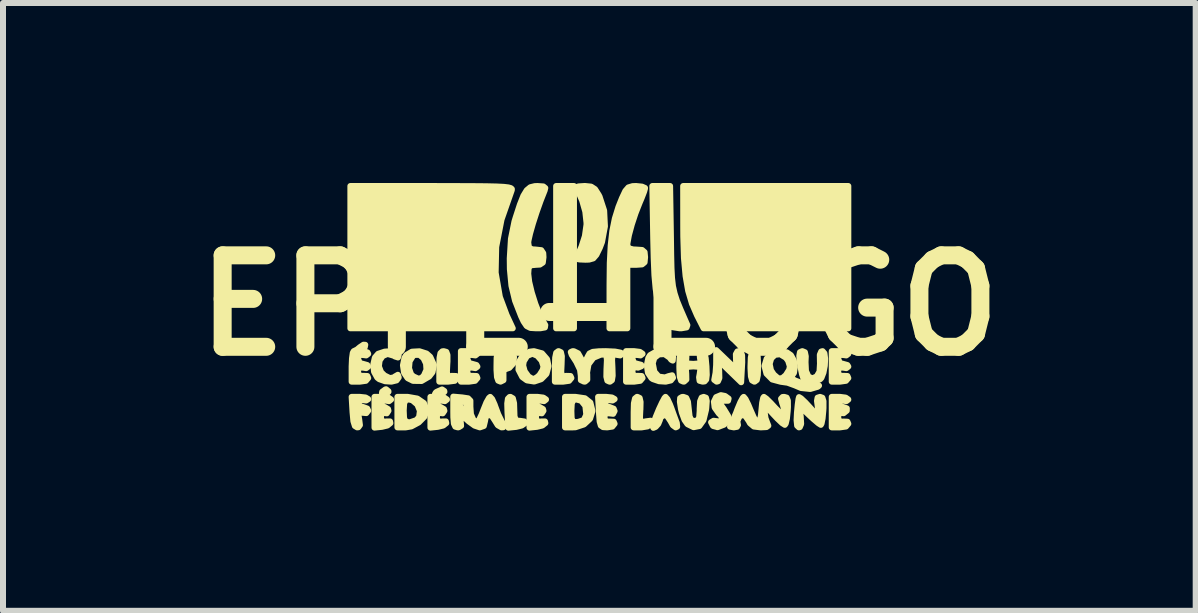
<source format=kicad_pcb>
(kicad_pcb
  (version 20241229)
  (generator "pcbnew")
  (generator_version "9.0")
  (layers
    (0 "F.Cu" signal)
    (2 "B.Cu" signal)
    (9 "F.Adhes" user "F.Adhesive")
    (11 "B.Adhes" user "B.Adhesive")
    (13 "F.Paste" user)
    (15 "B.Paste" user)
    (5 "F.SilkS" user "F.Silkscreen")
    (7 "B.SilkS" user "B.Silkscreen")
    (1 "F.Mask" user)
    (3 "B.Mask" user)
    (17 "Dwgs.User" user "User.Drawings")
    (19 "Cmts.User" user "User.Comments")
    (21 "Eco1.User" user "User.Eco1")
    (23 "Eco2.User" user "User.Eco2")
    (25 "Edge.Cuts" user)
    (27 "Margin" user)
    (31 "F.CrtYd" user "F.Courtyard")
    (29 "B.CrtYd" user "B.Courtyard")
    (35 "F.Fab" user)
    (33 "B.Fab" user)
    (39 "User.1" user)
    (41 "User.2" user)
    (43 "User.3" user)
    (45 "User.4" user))
  (footprint "EPFL-LOGO"
    (layer "F.Cu")
    (at 6.938 2.04)
    (property "Reference" "EPFL-LOGO" (at 0 0 0) (layer "F.SilkS") (effects (font (size 1.524 1.524) (thickness 0.3))))
    (attr through_hole)
    (fp_poly (pts (xy -3.514 1.439) (xy -3.548 1.476) (xy -3.58 1.482) (xy -3.623 1.461) (xy -3.619 1.439) (xy -3.565 1.399) (xy -3.554 1.397) (xy -3.515 1.429) (xy -3.514 1.439)) (stroke (width 0.1) (type solid)) (fill yes) (layer "F.SilkS"))
    (fp_poly (pts (xy -2.582 1.439) (xy -2.618 1.472) (xy -2.678 1.481) (xy -2.739 1.474) (xy -2.724 1.449) (xy -2.709 1.439) (xy -2.622 1.4) (xy -2.584 1.425) (xy -2.582 1.439)) (stroke (width 0.1) (type solid)) (fill yes) (layer "F.SilkS"))
    (fp_poly (pts (xy -0.423 0.381) (xy -0.572 0.381) (xy -0.72 0.381) (xy -0.72 -0.804) (xy -0.72 -1.99) (xy -0.572 -1.99) (xy -0.423 -1.99) (xy -0.423 -0.804) (xy -0.423 0.381)) (stroke (width 0.1) (type solid)) (fill yes) (layer "F.SilkS"))
    (fp_poly (pts (xy 4.149 0.381) (xy 2.943 0.381) (xy 1.737 0.381) (xy 1.627 0.164) (xy 1.543 -0.03) (xy 1.48 -0.244) (xy 1.437 -0.491) (xy 1.41 -0.788) (xy 1.399 -1.148) (xy 1.398 -1.302) (xy 1.397 -1.99) (xy 2.773 -1.99) (xy 4.149 -1.99) (xy 4.149 -0.804) (xy 4.149 0.381)) (stroke (width 0.1) (type solid)) (fill yes) (layer "F.SilkS"))
    (fp_poly (pts (xy 2.646 1.016) (xy 2.641 1.163) (xy 2.624 1.243) (xy 2.59 1.269) (xy 2.582 1.27) (xy 2.545 1.25) (xy 2.526 1.181) (xy 2.519 1.047) (xy 2.519 1.016) (xy 2.524 0.869) (xy 2.541 0.789) (xy 2.575 0.762) (xy 2.582 0.762) (xy 2.619 0.782) (xy 2.639 0.851) (xy 2.646 0.985) (xy 2.646 1.016)) (stroke (width 0.1) (type solid)) (fill yes) (layer "F.SilkS"))
    (fp_poly (pts (xy -1.243 1.966) (xy -1.293 2.001) (xy -1.386 2.024) (xy -1.516 2.037) (xy -1.531 1.78) (xy -1.535 1.634) (xy -1.524 1.555) (xy -1.496 1.526) (xy -1.482 1.524) (xy -1.441 1.548) (xy -1.421 1.629) (xy -1.418 1.725) (xy -1.414 1.847) (xy -1.395 1.905) (xy -1.35 1.923) (xy -1.322 1.923) (xy -1.249 1.934) (xy -1.243 1.966)) (stroke (width 0.1) (type solid)) (fill yes) (layer "F.SilkS"))
    (fp_poly (pts (xy -2.371 1.21) (xy -2.409 1.256) (xy -2.519 1.27) (xy -2.667 1.27) (xy -2.667 1.016) (xy -2.663 0.872) (xy -2.648 0.795) (xy -2.617 0.765) (xy -2.593 0.762) (xy -2.55 0.774) (xy -2.531 0.825) (xy -2.531 0.933) (xy -2.534 0.98) (xy -2.54 1.106) (xy -2.531 1.168) (xy -2.499 1.182) (xy -2.46 1.174) (xy -2.386 1.176) (xy -2.371 1.21)) (stroke (width 0.1) (type solid)) (fill yes) (layer "F.SilkS"))
    (fp_poly (pts (xy -0.466 1.21) (xy -0.504 1.256) (xy -0.603 1.27) (xy -0.741 1.27) (xy -0.741 1.016) (xy -0.736 0.869) (xy -0.719 0.789) (xy -0.685 0.763) (xy -0.677 0.762) (xy -0.64 0.78) (xy -0.625 0.846) (xy -0.629 0.977) (xy -0.629 0.98) (xy -0.635 1.106) (xy -0.626 1.168) (xy -0.594 1.182) (xy -0.555 1.174) (xy -0.481 1.176) (xy -0.466 1.21)) (stroke (width 0.1) (type solid)) (fill yes) (layer "F.SilkS"))
    (fp_poly (pts (xy 0.868 1.95) (xy 0.862 1.968) (xy 0.803 2.016) (xy 0.705 2.032) (xy 0.572 2.032) (xy 0.572 1.778) (xy 0.576 1.631) (xy 0.594 1.551) (xy 0.627 1.524) (xy 0.635 1.524) (xy 0.672 1.542) (xy 0.687 1.608) (xy 0.684 1.739) (xy 0.683 1.741) (xy 0.677 1.868) (xy 0.685 1.929) (xy 0.719 1.943) (xy 0.778 1.931) (xy 0.854 1.921) (xy 0.868 1.95)) (stroke (width 0.1) (type solid)) (fill yes) (layer "F.SilkS"))
    (fp_poly (pts (xy -1.443 0.381) (xy -2.796 0.381) (xy -4.149 0.381) (xy -4.149 -0.804) (xy -4.149 -1.99) (xy -2.789 -1.99) (xy -2.414 -1.989) (xy -2.116 -1.988) (xy -1.885 -1.986) (xy -1.714 -1.982) (xy -1.594 -1.976) (xy -1.517 -1.967) (xy -1.474 -1.955) (xy -1.458 -1.94) (xy -1.459 -1.92) (xy -1.461 -1.916) (xy -1.63 -1.432) (xy -1.719 -0.976) (xy -1.728 -0.546) (xy -1.658 -0.142) (xy -1.546 0.159) (xy -1.443 0.381)) (stroke (width 0.1) (type solid)) (fill yes) (layer "F.SilkS"))
    (fp_poly (pts (xy 2.381 0.948) (xy 2.377 1.021) (xy 2.363 1.28) (xy 2.172 1.095) (xy 1.981 0.91) (xy 1.997 1.09) (xy 2 1.211) (xy 1.977 1.264) (xy 1.955 1.27) (xy 1.915 1.241) (xy 1.922 1.203) (xy 1.937 1.121) (xy 1.946 0.995) (xy 1.947 0.94) (xy 1.947 0.745) (xy 2.121 0.912) (xy 2.295 1.079) (xy 2.278 0.921) (xy 2.275 0.813) (xy 2.3 0.767) (xy 2.326 0.762) (xy 2.362 0.777) (xy 2.379 0.833) (xy 2.381 0.948)) (stroke (width 0.1) (type solid)) (fill yes) (layer "F.SilkS"))
    (fp_poly (pts (xy -3.852 1.753) (xy -3.883 1.794) (xy -3.942 1.789) (xy -4.001 1.782) (xy -4.016 1.818) (xy -4.002 1.899) (xy -3.99 1.994) (xy -4.016 2.03) (xy -4.036 2.032) (xy -4.074 2.009) (xy -4.099 1.929) (xy -4.113 1.778) (xy -4.113 1.778) (xy -4.128 1.524) (xy -3.99 1.524) (xy -3.896 1.534) (xy -3.853 1.559) (xy -3.852 1.562) (xy -3.886 1.584) (xy -3.937 1.579) (xy -4.006 1.581) (xy -4.022 1.625) (xy -3.986 1.682) (xy -3.937 1.693) (xy -3.868 1.718) (xy -3.852 1.753)) (stroke (width 0.1) (type solid)) (fill yes) (layer "F.SilkS"))
    (fp_poly (pts (xy -3.471 1.569) (xy -3.504 1.595) (xy -3.556 1.587) (xy -3.625 1.585) (xy -3.641 1.627) (xy -3.608 1.685) (xy -3.577 1.693) (xy -3.521 1.727) (xy -3.514 1.756) (xy -3.542 1.798) (xy -3.577 1.793) (xy -3.628 1.799) (xy -3.641 1.863) (xy -3.625 1.932) (xy -3.562 1.937) (xy -3.554 1.934) (xy -3.488 1.933) (xy -3.483 1.961) (xy -3.532 2.001) (xy -3.623 2.023) (xy -3.747 2.036) (xy -3.747 1.78) (xy -3.747 1.524) (xy -3.609 1.524) (xy -3.515 1.536) (xy -3.472 1.566) (xy -3.471 1.569)) (stroke (width 0.1) (type solid)) (fill yes) (layer "F.SilkS"))
    (fp_poly (pts (xy -2.54 1.569) (xy -2.573 1.595) (xy -2.625 1.587) (xy -2.693 1.585) (xy -2.709 1.627) (xy -2.677 1.685) (xy -2.646 1.693) (xy -2.59 1.727) (xy -2.582 1.756) (xy -2.61 1.798) (xy -2.646 1.793) (xy -2.696 1.799) (xy -2.709 1.863) (xy -2.693 1.932) (xy -2.631 1.937) (xy -2.622 1.934) (xy -2.557 1.933) (xy -2.551 1.961) (xy -2.601 2.001) (xy -2.691 2.023) (xy -2.815 2.036) (xy -2.815 1.78) (xy -2.815 1.524) (xy -2.678 1.524) (xy -2.584 1.536) (xy -2.54 1.566) (xy -2.54 1.569)) (stroke (width 0.1) (type solid)) (fill yes) (layer "F.SilkS"))
    (fp_poly (pts (xy -0.889 1.569) (xy -0.922 1.595) (xy -0.974 1.587) (xy -1.042 1.585) (xy -1.058 1.627) (xy -1.026 1.685) (xy -0.995 1.693) (xy -0.939 1.727) (xy -0.931 1.756) (xy -0.959 1.798) (xy -0.995 1.793) (xy -1.045 1.799) (xy -1.058 1.863) (xy -1.042 1.932) (xy -0.98 1.937) (xy -0.971 1.934) (xy -0.906 1.933) (xy -0.9 1.961) (xy -0.95 2.001) (xy -1.04 2.023) (xy -1.164 2.036) (xy -1.164 1.78) (xy -1.164 1.524) (xy -1.027 1.524) (xy -0.933 1.536) (xy -0.889 1.566) (xy -0.889 1.569)) (stroke (width 0.1) (type solid)) (fill yes) (layer "F.SilkS"))
    (fp_poly (pts (xy 1.467 0.328) (xy 1.454 0.366) (xy 1.366 0.381) (xy 1.339 0.381) (xy 1.211 0.361) (xy 1.131 0.292) (xy 1.127 0.286) (xy 1.058 0.167) (xy 1.006 0.042) (xy 0.966 -0.102) (xy 0.938 -0.279) (xy 0.918 -0.501) (xy 0.906 -0.783) (xy 0.898 -1.111) (xy 0.883 -1.99) (xy 1.031 -1.99) (xy 1.179 -1.99) (xy 1.193 -1.132) (xy 1.197 -0.845) (xy 1.202 -0.625) (xy 1.211 -0.456) (xy 1.227 -0.32) (xy 1.254 -0.2) (xy 1.293 -0.079) (xy 1.35 0.06) (xy 1.426 0.235) (xy 1.467 0.328)) (stroke (width 0.1) (type solid)) (fill yes) (layer "F.SilkS"))
    (fp_poly (pts (xy 4.149 1.972) (xy 4.11 2.018) (xy 4.011 2.032) (xy 3.873 2.032) (xy 3.873 1.778) (xy 3.873 1.524) (xy 4.011 1.524) (xy 4.105 1.536) (xy 4.148 1.566) (xy 4.149 1.569) (xy 4.116 1.595) (xy 4.064 1.587) (xy 3.995 1.585) (xy 3.979 1.627) (xy 4.015 1.682) (xy 4.063 1.693) (xy 4.124 1.715) (xy 4.123 1.754) (xy 4.071 1.796) (xy 4.039 1.792) (xy 3.991 1.802) (xy 3.979 1.863) (xy 3.996 1.932) (xy 4.058 1.937) (xy 4.064 1.935) (xy 4.135 1.938) (xy 4.149 1.972)) (stroke (width 0.1) (type solid)) (fill yes) (layer "F.SilkS"))
    (fp_poly (pts (xy 0.72 1.21) (xy 0.681 1.256) (xy 0.582 1.27) (xy 0.445 1.27) (xy 0.445 1.016) (xy 0.445 0.762) (xy 0.582 0.762) (xy 0.676 0.774) (xy 0.719 0.804) (xy 0.72 0.807) (xy 0.687 0.833) (xy 0.635 0.826) (xy 0.569 0.822) (xy 0.55 0.883) (xy 0.55 0.886) (xy 0.578 0.958) (xy 0.637 0.974) (xy 0.697 0.989) (xy 0.7 1.014) (xy 0.645 1.037) (xy 0.612 1.031) (xy 0.563 1.038) (xy 0.55 1.101) (xy 0.567 1.17) (xy 0.629 1.175) (xy 0.635 1.173) (xy 0.706 1.176) (xy 0.72 1.21)) (stroke (width 0.1) (type solid)) (fill yes) (layer "F.SilkS"))
    (fp_poly (pts (xy 2.154 1.552) (xy 2.145 1.588) (xy 2.077 1.588) (xy 2.074 1.587) (xy 2.007 1.577) (xy 1.99 1.589) (xy 2.013 1.638) (xy 2.071 1.72) (xy 2.074 1.724) (xy 2.146 1.842) (xy 2.145 1.928) (xy 2.077 1.988) (xy 1.968 2.029) (xy 1.898 2.01) (xy 1.891 2.004) (xy 1.862 1.947) (xy 1.903 1.922) (xy 1.968 1.93) (xy 2.053 1.935) (xy 2.068 1.897) (xy 2.014 1.822) (xy 1.99 1.799) (xy 1.921 1.701) (xy 1.909 1.604) (xy 1.946 1.528) (xy 2.025 1.495) (xy 2.095 1.509) (xy 2.154 1.552)) (stroke (width 0.1) (type solid)) (fill yes) (layer "F.SilkS"))
    (fp_poly (pts (xy -3.344 1.201) (xy -3.379 1.249) (xy -3.465 1.27) (xy -3.571 1.263) (xy -3.668 1.229) (xy -3.701 1.203) (xy -3.755 1.105) (xy -3.767 0.982) (xy -3.741 0.869) (xy -3.686 0.806) (xy -3.578 0.77) (xy -3.466 0.762) (xy -3.379 0.782) (xy -3.344 0.826) (xy -3.356 0.867) (xy -3.406 0.851) (xy -3.429 0.837) (xy -3.53 0.808) (xy -3.611 0.843) (xy -3.662 0.919) (xy -3.674 1.016) (xy -3.637 1.112) (xy -3.58 1.167) (xy -3.491 1.211) (xy -3.428 1.2) (xy -3.408 1.185) (xy -3.358 1.156) (xy -3.344 1.195) (xy -3.344 1.201)) (stroke (width 0.1) (type solid)) (fill yes) (layer "F.SilkS"))
    (fp_poly (pts (xy -2.032 1.21) (xy -2.071 1.256) (xy -2.17 1.27) (xy -2.307 1.27) (xy -2.307 1.016) (xy -2.307 0.762) (xy -2.17 0.762) (xy -2.076 0.774) (xy -2.032 0.804) (xy -2.032 0.807) (xy -2.065 0.833) (xy -2.117 0.826) (xy -2.183 0.822) (xy -2.201 0.883) (xy -2.201 0.886) (xy -2.173 0.959) (xy -2.117 0.974) (xy -2.048 0.993) (xy -2.032 1.019) (xy -2.065 1.045) (xy -2.117 1.037) (xy -2.182 1.033) (xy -2.201 1.093) (xy -2.201 1.103) (xy -2.184 1.17) (xy -2.121 1.174) (xy -2.117 1.173) (xy -2.046 1.176) (xy -2.032 1.21)) (stroke (width 0.1) (type solid)) (fill yes) (layer "F.SilkS"))
    (fp_poly (pts (xy 1.228 1.205) (xy 1.192 1.25) (xy 1.105 1.27) (xy 0.996 1.263) (xy 0.893 1.228) (xy 0.869 1.212) (xy 0.81 1.124) (xy 0.791 0.998) (xy 0.816 0.875) (xy 0.845 0.828) (xy 0.928 0.781) (xy 1.058 0.762) (xy 1.064 0.762) (xy 1.171 0.769) (xy 1.218 0.799) (xy 1.228 0.855) (xy 1.223 0.919) (xy 1.198 0.906) (xy 1.171 0.87) (xy 1.086 0.811) (xy 0.991 0.816) (xy 0.916 0.875) (xy 0.89 0.964) (xy 0.917 1.104) (xy 0.989 1.186) (xy 1.094 1.2) (xy 1.154 1.178) (xy 1.213 1.164) (xy 1.228 1.205)) (stroke (width 0.1) (type solid)) (fill yes) (layer "F.SilkS"))
    (fp_poly (pts (xy 4.149 1.21) (xy 4.11 1.256) (xy 4.011 1.27) (xy 3.873 1.27) (xy 3.873 1.016) (xy 3.873 0.762) (xy 4.011 0.762) (xy 4.105 0.774) (xy 4.148 0.804) (xy 4.149 0.807) (xy 4.116 0.833) (xy 4.064 0.826) (xy 3.998 0.822) (xy 3.979 0.883) (xy 3.979 0.886) (xy 4.008 0.959) (xy 4.064 0.974) (xy 4.133 0.993) (xy 4.149 1.019) (xy 4.116 1.045) (xy 4.064 1.037) (xy 3.998 1.033) (xy 3.979 1.093) (xy 3.979 1.103) (xy 3.996 1.17) (xy 4.06 1.174) (xy 4.064 1.173) (xy 4.135 1.176) (xy 4.149 1.21)) (stroke (width 0.1) (type solid)) (fill yes) (layer "F.SilkS"))
    (fp_poly (pts (xy -2.879 1.752) (xy -2.916 1.855) (xy -2.99 1.93) (xy -2.99 1.756) (xy -3.033 1.652) (xy -3.116 1.581) (xy -3.176 1.566) (xy -3.228 1.579) (xy -3.253 1.632) (xy -3.26 1.746) (xy -3.26 1.757) (xy -3.255 1.874) (xy -3.234 1.93) (xy -3.182 1.947) (xy -3.155 1.947) (xy -3.049 1.911) (xy -3.004 1.86) (xy -2.99 1.756) (xy -2.99 1.93) (xy -3.01 1.95) (xy -3.133 2.016) (xy -3.226 2.032) (xy -3.365 2.032) (xy -3.365 1.778) (xy -3.365 1.524) (xy -3.192 1.524) (xy -3.033 1.552) (xy -2.924 1.627) (xy -2.879 1.739) (xy -2.879 1.752)) (stroke (width 0.1) (type solid)) (fill yes) (layer "F.SilkS"))
    (fp_poly (pts (xy -0.116 1.765) (xy -0.155 1.889) (xy -0.219 1.949) (xy -0.219 1.807) (xy -0.233 1.675) (xy -0.302 1.589) (xy -0.386 1.566) (xy -0.436 1.58) (xy -0.46 1.637) (xy -0.466 1.756) (xy -0.466 1.76) (xy -0.462 1.877) (xy -0.443 1.932) (xy -0.395 1.944) (xy -0.349 1.94) (xy -0.259 1.91) (xy -0.223 1.832) (xy -0.219 1.807) (xy -0.219 1.949) (xy -0.256 1.983) (xy -0.398 2.03) (xy -0.439 2.032) (xy -0.572 2.032) (xy -0.572 1.778) (xy -0.572 1.524) (xy -0.397 1.524) (xy -0.24 1.547) (xy -0.149 1.62) (xy -0.117 1.749) (xy -0.116 1.765)) (stroke (width 0.1) (type solid)) (fill yes) (layer "F.SilkS"))
    (fp_poly (pts (xy 1.79 1.592) (xy 1.782 1.705) (xy 1.778 1.739) (xy 1.736 1.912) (xy 1.666 2.01) (xy 1.571 2.029) (xy 1.469 1.979) (xy 1.419 1.908) (xy 1.375 1.787) (xy 1.36 1.725) (xy 1.342 1.604) (xy 1.346 1.544) (xy 1.379 1.525) (xy 1.4 1.524) (xy 1.449 1.541) (xy 1.477 1.605) (xy 1.49 1.725) (xy 1.504 1.849) (xy 1.53 1.909) (xy 1.58 1.926) (xy 1.587 1.926) (xy 1.639 1.914) (xy 1.664 1.865) (xy 1.672 1.757) (xy 1.672 1.725) (xy 1.679 1.597) (xy 1.704 1.536) (xy 1.739 1.524) (xy 1.777 1.538) (xy 1.79 1.592)) (stroke (width 0.1) (type solid)) (fill yes) (layer "F.SilkS"))
    (fp_poly (pts (xy 3.735 1.709) (xy 3.732 1.757) (xy 3.72 1.884) (xy 3.703 1.969) (xy 3.691 1.99) (xy 3.649 1.963) (xy 3.567 1.893) (xy 3.5 1.831) (xy 3.334 1.672) (xy 3.356 1.852) (xy 3.363 1.976) (xy 3.341 2.028) (xy 3.326 2.032) (xy 3.296 2.004) (xy 3.287 1.913) (xy 3.293 1.789) (xy 3.306 1.654) (xy 3.319 1.559) (xy 3.328 1.528) (xy 3.361 1.548) (xy 3.433 1.616) (xy 3.509 1.698) (xy 3.675 1.884) (xy 3.642 1.704) (xy 3.627 1.59) (xy 3.637 1.537) (xy 3.678 1.524) (xy 3.717 1.538) (xy 3.735 1.594) (xy 3.735 1.709)) (stroke (width 0.1) (type solid)) (fill yes) (layer "F.SilkS"))
    (fp_poly (pts (xy -2.757 0.991) (xy -2.78 1.112) (xy -2.836 1.185) (xy -2.881 1.211) (xy -2.881 1.072) (xy -2.888 0.969) (xy -2.931 0.879) (xy -2.997 0.824) (xy -3.076 0.824) (xy -3.108 0.844) (xy -3.162 0.932) (xy -3.172 1.046) (xy -3.138 1.146) (xy -3.101 1.182) (xy -3.016 1.221) (xy -2.961 1.207) (xy -2.923 1.167) (xy -2.881 1.072) (xy -2.881 1.211) (xy -2.963 1.259) (xy -3.105 1.257) (xy -3.195 1.212) (xy -3.254 1.124) (xy -3.273 0.998) (xy -3.248 0.875) (xy -3.219 0.828) (xy -3.124 0.771) (xy -2.998 0.764) (xy -2.879 0.802) (xy -2.818 0.856) (xy -2.757 0.991)) (stroke (width 0.1) (type solid)) (fill yes) (layer "F.SilkS"))
    (fp_poly (pts (xy -1.422 0.859) (xy -1.431 0.958) (xy -1.438 0.971) (xy -1.5 1.04) (xy -1.5 0.97) (xy -1.504 0.907) (xy -1.54 0.855) (xy -1.589 0.814) (xy -1.607 0.839) (xy -1.609 0.901) (xy -1.591 0.991) (xy -1.549 1.015) (xy -1.5 0.97) (xy -1.5 1.04) (xy -1.501 1.04) (xy -1.552 1.058) (xy -1.599 1.083) (xy -1.598 1.164) (xy -1.598 1.246) (xy -1.646 1.27) (xy -1.685 1.254) (xy -1.706 1.194) (xy -1.714 1.074) (xy -1.714 1.016) (xy -1.712 0.875) (xy -1.7 0.799) (xy -1.67 0.768) (xy -1.611 0.762) (xy -1.603 0.762) (xy -1.483 0.789) (xy -1.422 0.859)) (stroke (width 0.1) (type solid)) (fill yes) (layer "F.SilkS"))
    (fp_poly (pts (xy -0.847 1.012) (xy -0.881 1.14) (xy -0.931 1.191) (xy -0.931 1.016) (xy -0.962 0.921) (xy -1.034 0.839) (xy -1.116 0.804) (xy -1.204 0.842) (xy -1.26 0.934) (xy -1.27 1) (xy -1.244 1.097) (xy -1.181 1.184) (xy -1.109 1.227) (xy -1.101 1.228) (xy -1.045 1.201) (xy -0.998 1.161) (xy -0.943 1.073) (xy -0.931 1.016) (xy -0.931 1.191) (xy -0.969 1.229) (xy -1.086 1.268) (xy -1.207 1.249) (xy -1.285 1.193) (xy -1.348 1.07) (xy -1.342 0.944) (xy -1.277 0.836) (xy -1.163 0.771) (xy -1.09 0.762) (xy -0.956 0.798) (xy -0.87 0.897) (xy -0.847 1.012)) (stroke (width 0.1) (type solid)) (fill yes) (layer "F.SilkS"))
    (fp_poly (pts (xy 0.093 -1.318) (xy 0.045 -1.058) (xy 0.009 -0.963) (xy -0.049 -0.844) (xy -0.101 -0.784) (xy -0.171 -0.764) (xy -0.23 -0.762) (xy -0.329 -0.766) (xy -0.379 -0.776) (xy -0.381 -0.779) (xy -0.365 -0.823) (xy -0.324 -0.919) (xy -0.297 -0.98) (xy -0.241 -1.155) (xy -0.214 -1.346) (xy -0.214 -1.376) (xy -0.234 -1.563) (xy -0.286 -1.746) (xy -0.297 -1.772) (xy -0.346 -1.883) (xy -0.376 -1.958) (xy -0.381 -1.973) (xy -0.344 -1.984) (xy -0.252 -1.99) (xy -0.234 -1.99) (xy -0.137 -1.98) (xy -0.072 -1.938) (xy -0.011 -1.842) (xy 0.004 -1.813) (xy 0.08 -1.58) (xy 0.093 -1.318)) (stroke (width 0.1) (type solid)) (fill yes) (layer "F.SilkS"))
    (fp_poly (pts (xy 0.254 1.972) (xy 0.216 2.019) (xy 0.131 2.032) (xy 0.062 2.028) (xy 0.024 2.002) (xy 0.005 1.935) (xy -0.005 1.806) (xy -0.007 1.778) (xy -0.021 1.524) (xy 0.116 1.524) (xy 0.21 1.534) (xy 0.254 1.559) (xy 0.254 1.562) (xy 0.22 1.584) (xy 0.169 1.579) (xy 0.1 1.581) (xy 0.085 1.625) (xy 0.12 1.682) (xy 0.169 1.693) (xy 0.239 1.721) (xy 0.254 1.76) (xy 0.23 1.806) (xy 0.169 1.799) (xy 0.104 1.795) (xy 0.085 1.855) (xy 0.085 1.865) (xy 0.102 1.932) (xy 0.165 1.936) (xy 0.169 1.935) (xy 0.24 1.938) (xy 0.254 1.972)) (stroke (width 0.1) (type solid)) (fill yes) (layer "F.SilkS"))
    (fp_poly (pts (xy 3.763 0.888) (xy 3.757 1.005) (xy 3.735 1.12) (xy 3.701 1.207) (xy 3.678 1.232) (xy 3.577 1.266) (xy 3.471 1.26) (xy 3.402 1.217) (xy 3.401 1.217) (xy 3.377 1.146) (xy 3.352 1.026) (xy 3.343 0.963) (xy 3.332 0.84) (xy 3.343 0.779) (xy 3.38 0.762) (xy 3.384 0.762) (xy 3.426 0.78) (xy 3.44 0.848) (xy 3.436 0.944) (xy 3.443 1.091) (xy 3.484 1.185) (xy 3.551 1.216) (xy 3.623 1.182) (xy 3.669 1.103) (xy 3.677 0.966) (xy 3.676 0.944) (xy 3.674 0.822) (xy 3.697 0.768) (xy 3.72 0.762) (xy 3.751 0.798) (xy 3.763 0.888)) (stroke (width 0.1) (type solid)) (fill yes) (layer "F.SilkS"))
    (fp_poly (pts (xy 1.297 2.02) (xy 1.273 2.032) (xy 1.225 1.997) (xy 1.185 1.926) (xy 1.13 1.843) (xy 1.092 1.832) (xy 1.092 1.714) (xy 1.087 1.707) (xy 1.061 1.713) (xy 1.058 1.736) (xy 1.074 1.771) (xy 1.087 1.764) (xy 1.092 1.714) (xy 1.092 1.832) (xy 1.066 1.825) (xy 1.018 1.875) (xy 1.008 1.912) (xy 0.982 1.975) (xy 0.938 2.024) (xy 0.9 2.04) (xy 0.889 2.018) (xy 0.904 1.955) (xy 0.943 1.85) (xy 0.993 1.729) (xy 1.045 1.618) (xy 1.086 1.542) (xy 1.103 1.524) (xy 1.135 1.56) (xy 1.178 1.652) (xy 1.198 1.704) (xy 1.244 1.832) (xy 1.282 1.935) (xy 1.291 1.958) (xy 1.297 2.02)) (stroke (width 0.1) (type solid)) (fill yes) (layer "F.SilkS"))
    (fp_poly (pts (xy 0.762 -0.804) (xy 0.754 -0.719) (xy 0.712 -0.684) (xy 0.614 -0.677) (xy 0.466 -0.677) (xy 0.466 -0.148) (xy 0.466 0.381) (xy 0.318 0.381) (xy 0.169 0.381) (xy 0.17 -0.349) (xy 0.174 -0.707) (xy 0.189 -0.998) (xy 0.216 -1.239) (xy 0.258 -1.447) (xy 0.318 -1.641) (xy 0.377 -1.789) (xy 0.433 -1.908) (xy 0.484 -1.967) (xy 0.554 -1.988) (xy 0.612 -1.99) (xy 0.711 -1.98) (xy 0.761 -1.958) (xy 0.762 -1.953) (xy 0.746 -1.896) (xy 0.705 -1.79) (xy 0.671 -1.71) (xy 0.603 -1.537) (xy 0.541 -1.349) (xy 0.493 -1.172) (xy 0.468 -1.036) (xy 0.466 -1.005) (xy 0.488 -0.953) (xy 0.565 -0.933) (xy 0.614 -0.931) (xy 0.713 -0.924) (xy 0.754 -0.888) (xy 0.762 -0.804)) (stroke (width 0.1) (type solid)) (fill yes) (layer "F.SilkS"))
    (fp_poly (pts (xy -3.852 1.21) (xy -3.891 1.256) (xy -3.99 1.27) (xy -4.128 1.27) (xy -4.128 1.016) (xy -4.122 0.882) (xy -4.109 0.79) (xy -4.093 0.762) (xy -4.038 0.735) (xy -3.992 0.696) (xy -3.931 0.655) (xy -3.901 0.656) (xy -3.909 0.696) (xy -3.938 0.721) (xy -3.975 0.753) (xy -3.933 0.761) (xy -3.926 0.761) (xy -3.864 0.783) (xy -3.852 0.807) (xy -3.885 0.833) (xy -3.937 0.826) (xy -4.003 0.822) (xy -4.022 0.883) (xy -4.022 0.886) (xy -3.993 0.959) (xy -3.937 0.974) (xy -3.868 0.993) (xy -3.852 1.019) (xy -3.885 1.045) (xy -3.937 1.037) (xy -4.003 1.033) (xy -4.022 1.093) (xy -4.022 1.103) (xy -4.005 1.17) (xy -3.941 1.174) (xy -3.937 1.173) (xy -3.866 1.176) (xy -3.852 1.21)) (stroke (width 0.1) (type solid)) (fill yes) (layer "F.SilkS"))
    (fp_poly (pts (xy 1.79 1.158) (xy 1.781 1.235) (xy 1.754 1.266) (xy 1.722 1.27) (xy 1.67 1.256) (xy 1.662 1.197) (xy 1.672 1.143) (xy 1.684 1.056) (xy 1.654 1.022) (xy 1.565 1.016) (xy 1.473 1.023) (xy 1.442 1.061) (xy 1.448 1.143) (xy 1.45 1.236) (xy 1.413 1.269) (xy 1.4 1.27) (xy 1.362 1.253) (xy 1.341 1.191) (xy 1.334 1.066) (xy 1.333 1.016) (xy 1.338 0.871) (xy 1.354 0.792) (xy 1.386 0.764) (xy 1.402 0.762) (xy 1.45 0.786) (xy 1.45 0.868) (xy 1.445 0.941) (xy 1.485 0.969) (xy 1.566 0.974) (xy 1.658 0.967) (xy 1.686 0.933) (xy 1.676 0.868) (xy 1.67 0.785) (xy 1.71 0.762) (xy 1.748 0.789) (xy 1.772 0.877) (xy 1.785 1.016) (xy 1.79 1.158)) (stroke (width 0.1) (type solid)) (fill yes) (layer "F.SilkS"))
    (fp_poly (pts (xy 3.661 1.336) (xy 3.641 1.355) (xy 3.514 1.392) (xy 3.361 1.376) (xy 3.26 1.333) (xy 3.175 1.302) (xy 3.175 1.016) (xy 3.146 0.923) (xy 3.108 0.871) (xy 3.013 0.813) (xy 2.927 0.823) (xy 2.865 0.882) (xy 2.838 0.974) (xy 2.86 1.08) (xy 2.906 1.15) (xy 2.983 1.217) (xy 3.048 1.212) (xy 3.108 1.161) (xy 3.163 1.073) (xy 3.175 1.016) (xy 3.175 1.302) (xy 3.137 1.288) (xy 3.023 1.272) (xy 2.881 1.234) (xy 2.785 1.137) (xy 2.752 1.009) (xy 2.788 0.887) (xy 2.879 0.802) (xy 2.999 0.763) (xy 3.123 0.781) (xy 3.193 0.829) (xy 3.241 0.916) (xy 3.258 1.027) (xy 3.243 1.126) (xy 3.212 1.168) (xy 3.199 1.204) (xy 3.251 1.246) (xy 3.346 1.283) (xy 3.466 1.307) (xy 3.535 1.311) (xy 3.636 1.318) (xy 3.661 1.336)) (stroke (width 0.1) (type solid)) (fill yes) (layer "F.SilkS"))
    (fp_poly (pts (xy -0.901 0.327) (xy -0.907 0.367) (xy -0.98 0.38) (xy -1.051 0.381) (xy -1.149 0.375) (xy -1.211 0.344) (xy -1.263 0.267) (xy -1.304 0.18) (xy -1.405 -0.079) (xy -1.465 -0.329) (xy -1.491 -0.605) (xy -1.493 -0.783) (xy -1.473 -1.111) (xy -1.415 -1.398) (xy -1.396 -1.46) (xy -1.325 -1.679) (xy -1.266 -1.828) (xy -1.21 -1.92) (xy -1.15 -1.97) (xy -1.076 -1.988) (xy -1.032 -1.99) (xy -0.933 -1.983) (xy -0.901 -1.957) (xy -0.911 -1.916) (xy -0.978 -1.746) (xy -1.046 -1.555) (xy -1.107 -1.366) (xy -1.154 -1.201) (xy -1.181 -1.082) (xy -1.185 -1.048) (xy -1.173 -0.965) (xy -1.121 -0.935) (xy -1.058 -0.931) (xy -0.968 -0.921) (xy -0.935 -0.871) (xy -0.931 -0.804) (xy -0.942 -0.714) (xy -0.991 -0.681) (xy -1.058 -0.677) (xy -1.143 -0.669) (xy -1.178 -0.628) (xy -1.185 -0.528) (xy -1.169 -0.393) (xy -1.126 -0.214) (xy -1.066 -0.024) (xy -1 0.144) (xy -0.949 0.242) (xy -0.901 0.327)) (stroke (width 0.1) (type solid)) (fill yes) (layer "F.SilkS"))
    (fp_poly (pts (xy 0.381 0.807) (xy 0.348 0.833) (xy 0.292 0.824) (xy 0.242 0.814) (xy 0.218 0.837) (xy 0.212 0.91) (xy 0.218 1.033) (xy 0.222 1.172) (xy 0.21 1.246) (xy 0.178 1.27) (xy 0.169 1.27) (xy 0.133 1.253) (xy 0.117 1.188) (xy 0.119 1.06) (xy 0.12 1.04) (xy 0.126 0.908) (xy 0.118 0.841) (xy 0.086 0.818) (xy 0.023 0.821) (xy -0.099 0.872) (xy -0.181 0.981) (xy -0.205 1.122) (xy -0.202 1.146) (xy -0.201 1.237) (xy -0.238 1.269) (xy -0.255 1.27) (xy -0.308 1.245) (xy -0.309 1.174) (xy -0.322 1.071) (xy -0.385 0.94) (xy -0.398 0.92) (xy -0.46 0.824) (xy -0.476 0.777) (xy -0.448 0.763) (xy -0.427 0.762) (xy -0.354 0.798) (xy -0.326 0.847) (xy -0.29 0.915) (xy -0.261 0.931) (xy -0.215 0.896) (xy -0.191 0.847) (xy -0.164 0.8) (xy -0.11 0.774) (xy -0.007 0.764) (xy 0.109 0.762) (xy 0.263 0.769) (xy 0.357 0.787) (xy 0.381 0.807)) (stroke (width 0.1) (type solid)) (fill yes) (layer "F.SilkS"))
    (fp_poly (pts (xy -1.587 2.006) (xy -1.602 2.03) (xy -1.63 2.032) (xy -1.692 1.997) (xy -1.736 1.926) (xy -1.787 1.847) (xy -1.829 1.826) (xy -1.829 1.714) (xy -1.834 1.707) (xy -1.86 1.713) (xy -1.863 1.736) (xy -1.847 1.771) (xy -1.834 1.764) (xy -1.829 1.714) (xy -1.829 1.826) (xy -1.84 1.82) (xy -1.893 1.857) (xy -1.905 1.926) (xy -1.925 2.009) (xy -1.992 2.032) (xy -2.079 2.003) (xy -2.176 1.933) (xy -2.184 1.926) (xy -2.209 1.903) (xy -2.209 1.665) (xy -2.244 1.595) (xy -2.293 1.579) (xy -2.326 1.622) (xy -2.328 1.647) (xy -2.301 1.72) (xy -2.262 1.736) (xy -2.211 1.704) (xy -2.209 1.665) (xy -2.209 1.903) (xy -2.261 1.856) (xy -2.31 1.821) (xy -2.314 1.82) (xy -2.323 1.855) (xy -2.311 1.926) (xy -2.304 2.006) (xy -2.345 2.031) (xy -2.359 2.032) (xy -2.401 2.02) (xy -2.424 1.97) (xy -2.433 1.864) (xy -2.434 1.776) (xy -2.434 1.52) (xy -2.286 1.533) (xy -2.187 1.548) (xy -2.149 1.587) (xy -2.149 1.679) (xy -2.149 1.688) (xy -2.14 1.813) (xy -2.098 1.909) (xy -2.036 1.947) (xy -2.035 1.947) (xy -2.006 1.911) (xy -1.962 1.818) (xy -1.93 1.736) (xy -1.882 1.617) (xy -1.839 1.541) (xy -1.819 1.524) (xy -1.786 1.56) (xy -1.745 1.651) (xy -1.734 1.683) (xy -1.685 1.814) (xy -1.63 1.926) (xy -1.624 1.937) (xy -1.587 2.006)) (stroke (width 0.1) (type solid)) (fill yes) (layer "F.SilkS"))
    (fp_poly (pts (xy 3.143 1.692) (xy 3.139 1.757) (xy 3.126 1.884) (xy 3.106 1.969) (xy 3.091 1.99) (xy 3.046 1.961) (xy 2.967 1.886) (xy 2.905 1.82) (xy 2.817 1.725) (xy 2.771 1.688) (xy 2.754 1.703) (xy 2.752 1.759) (xy 2.769 1.878) (xy 2.795 1.95) (xy 2.816 2.004) (xy 2.785 2.027) (xy 2.689 2.032) (xy 2.575 2.018) (xy 2.51 1.963) (xy 2.49 1.926) (xy 2.437 1.848) (xy 2.406 1.83) (xy 2.406 1.71) (xy 2.4 1.685) (xy 2.381 1.669) (xy 2.374 1.711) (xy 2.382 1.766) (xy 2.396 1.767) (xy 2.406 1.71) (xy 2.406 1.83) (xy 2.39 1.82) (xy 2.332 1.855) (xy 2.3 1.93) (xy 2.31 1.993) (xy 2.294 2.023) (xy 2.241 2.032) (xy 2.178 2.02) (xy 2.189 1.979) (xy 2.226 1.91) (xy 2.277 1.794) (xy 2.303 1.725) (xy 2.351 1.61) (xy 2.391 1.538) (xy 2.406 1.524) (xy 2.436 1.56) (xy 2.482 1.653) (xy 2.521 1.746) (xy 2.574 1.867) (xy 2.622 1.948) (xy 2.647 1.968) (xy 2.672 1.93) (xy 2.693 1.832) (xy 2.701 1.746) (xy 2.713 1.622) (xy 2.73 1.541) (xy 2.742 1.524) (xy 2.783 1.553) (xy 2.86 1.629) (xy 2.929 1.704) (xy 3.025 1.801) (xy 3.08 1.824) (xy 3.091 1.775) (xy 3.057 1.654) (xy 3.049 1.633) (xy 3.028 1.554) (xy 3.054 1.526) (xy 3.081 1.524) (xy 3.122 1.536) (xy 3.142 1.586) (xy 3.143 1.692)) (stroke (width 0.1) (type solid)) (fill yes) (layer "F.SilkS")))
  (gr_rect
    (start -3 -3)
    (end 16.876 7.129)
    (stroke (width 0.1) (type default))
    (fill no)
    (layer "Edge.Cuts")))
</source>
